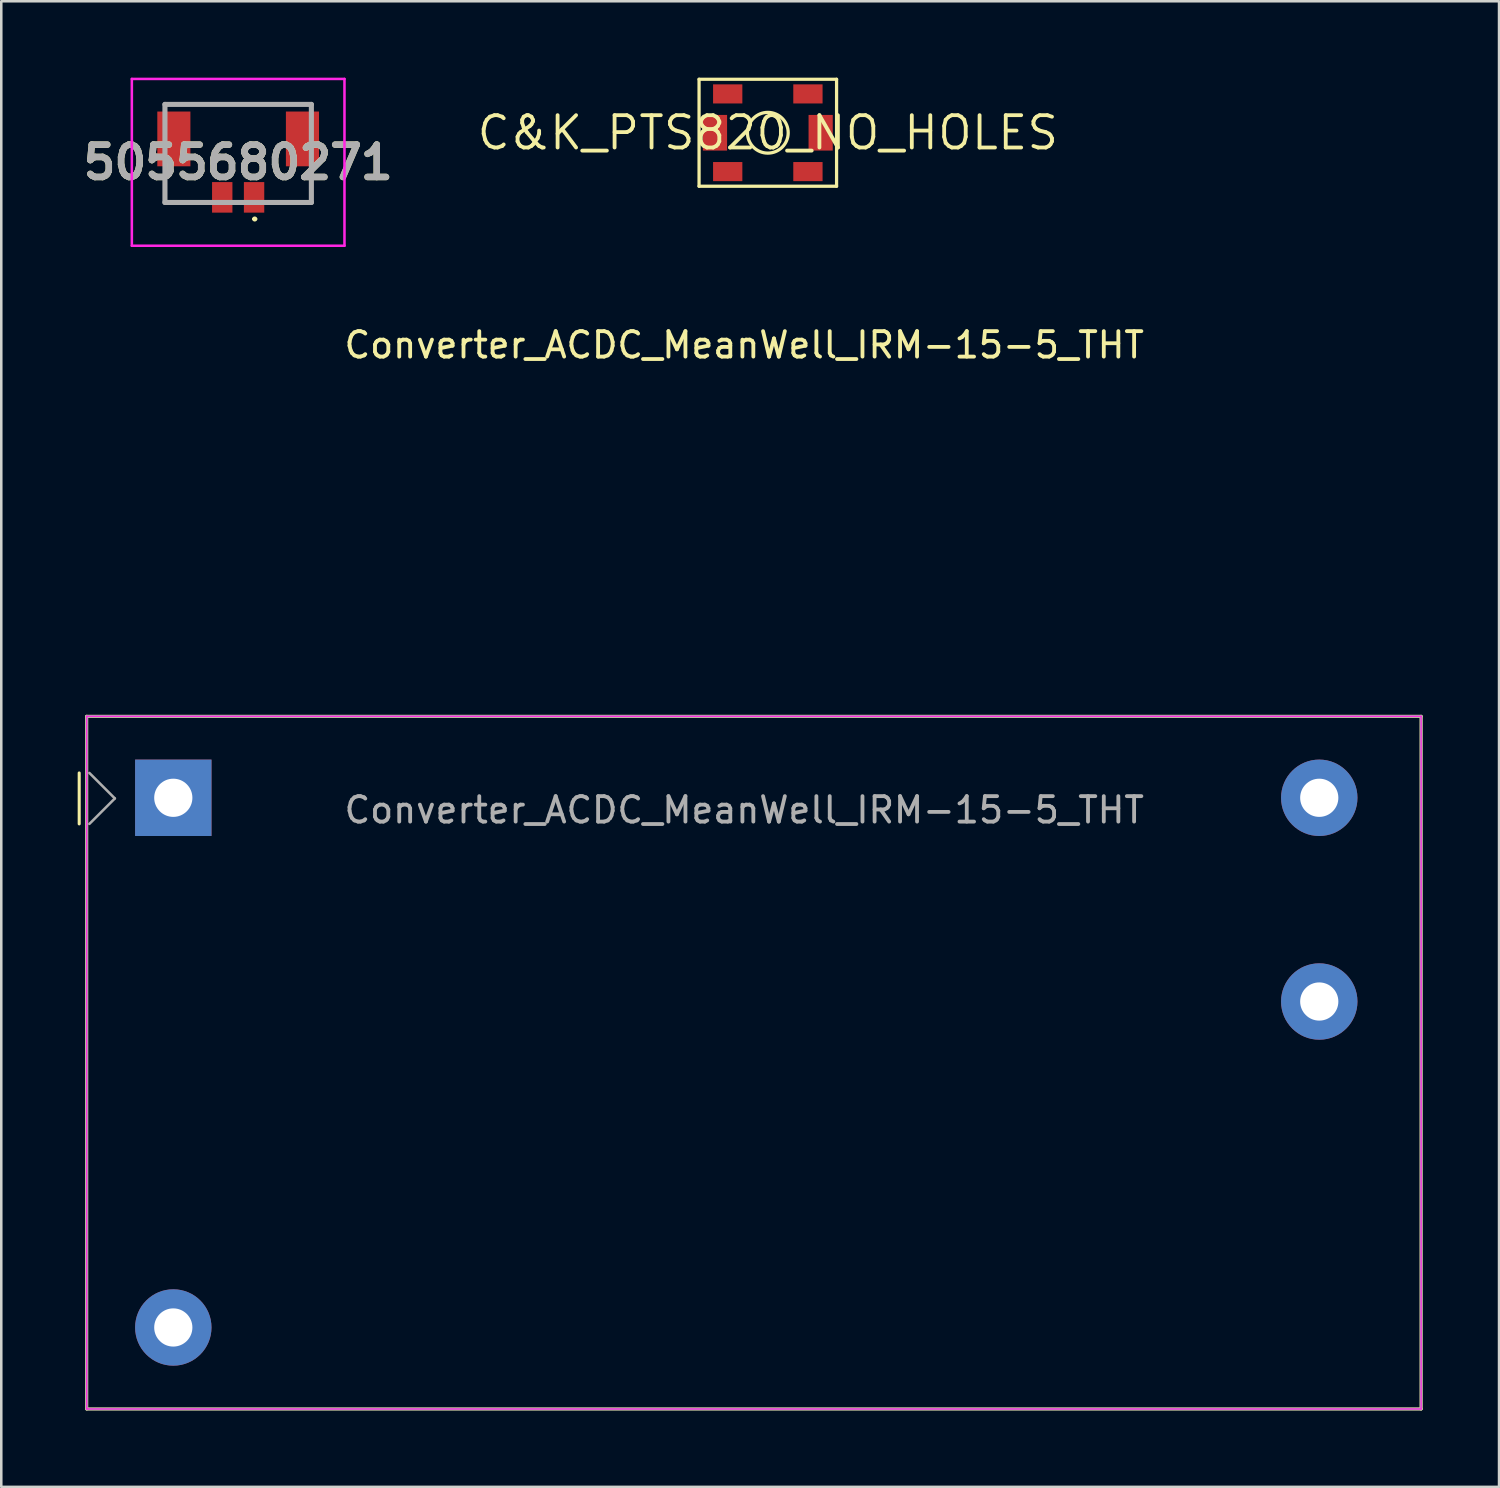
<source format=kicad_pcb>
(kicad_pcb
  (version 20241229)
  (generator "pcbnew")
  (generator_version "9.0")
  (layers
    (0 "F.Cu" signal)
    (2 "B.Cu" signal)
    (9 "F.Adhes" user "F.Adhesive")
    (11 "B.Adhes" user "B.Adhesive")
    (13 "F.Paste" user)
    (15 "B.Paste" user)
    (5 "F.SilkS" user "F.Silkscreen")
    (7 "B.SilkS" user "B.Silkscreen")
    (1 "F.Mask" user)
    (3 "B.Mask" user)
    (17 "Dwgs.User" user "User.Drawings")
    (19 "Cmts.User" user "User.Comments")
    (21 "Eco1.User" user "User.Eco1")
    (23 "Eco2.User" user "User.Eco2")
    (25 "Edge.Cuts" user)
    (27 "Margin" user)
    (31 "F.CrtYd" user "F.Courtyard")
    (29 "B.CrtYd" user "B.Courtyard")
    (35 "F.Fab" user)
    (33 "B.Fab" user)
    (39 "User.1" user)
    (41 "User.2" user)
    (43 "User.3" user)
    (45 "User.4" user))
  (footprint "Converter_ACDC_MeanWell_IRM-15-5_THT"
    (layer "F.Cu")
    (at 3.755 28.278)
    (property "Reference" "Converter_ACDC_MeanWell_IRM-15-5_THT" (at 22.42 -17.78 0) (layer "F.SilkS") (effects (font (size 1 1) (thickness 0.15))))
    (attr through_hole)
    (fp_line (start -3.695 -0.975) (end -3.695 1.025) (stroke (width 0.12) (type solid)) (layer "F.SilkS"))
    (fp_line (start -3.4 -3.2) (end -3.4 24) (stroke (width 0.12) (type solid)) (layer "F.SilkS"))
    (fp_line (start -3.4 -3.2) (end 49 -3.2) (stroke (width 0.12) (type solid)) (layer "F.SilkS"))
    (fp_line (start -3.4 24) (end 49 24) (stroke (width 0.12) (type solid)) (layer "F.SilkS"))
    (fp_line (start 49 -3.2) (end 49 24) (stroke (width 0.12) (type solid)) (layer "F.SilkS"))
    (fp_line (start -3.4 -3.2) (end -3.4 24) (stroke (width 0.05) (type solid)) (layer "F.CrtYd"))
    (fp_line (start -3.4 -3.2) (end 49 -3.2) (stroke (width 0.05) (type solid)) (layer "F.CrtYd"))
    (fp_line (start -3.4 24) (end 49 24) (stroke (width 0.05) (type solid)) (layer "F.CrtYd"))
    (fp_line (start 49 -3.2) (end 49 24) (stroke (width 0.05) (type solid)) (layer "F.CrtYd"))
    (fp_line (start -3.4 -3.2) (end -3.4 24) (stroke (width 0.1) (type solid)) (layer "F.Fab"))
    (fp_line (start -3.4 24) (end 49 24) (stroke (width 0.1) (type solid)) (layer "F.Fab"))
    (fp_line (start -3.295 -0.975) (end -2.295 0.025) (stroke (width 0.1) (type solid)) (layer "F.Fab"))
    (fp_line (start -3.295 1.025) (end -2.295 0.025) (stroke (width 0.1) (type solid)) (layer "F.Fab"))
    (fp_line (start 49 -3.2) (end -3.4 -3.2) (stroke (width 0.1) (type solid)) (layer "F.Fab"))
    (fp_line (start 49 -3.2) (end 49 24) (stroke (width 0.1) (type solid)) (layer "F.Fab"))
    (fp_text user "${REFERENCE}" (at 22.42 0.48 0) (layer "F.Fab") (effects (font (size 1 1) (thickness 0.15))))
    (pad "1" thru_hole rect (at 0 0) (size 3 3) (drill 1.5) (layers "*.Cu" "*.Mask"))
    (pad "2" thru_hole circle (at 0 20.8) (size 3 3) (drill 1.5) (layers "*.Cu" "*.Mask"))
    (pad "3" thru_hole circle (at 45 8) (size 3 3) (drill 1.5) (layers "*.Cu" "*.Mask"))
    (pad "4" thru_hole circle (at 45 0) (size 3 3) (drill 1.5) (layers "*.Cu" "*.Mask")))
  (footprint "5055680271"
    (layer "F.Cu")
    (at 6.302 3.325)
    (property "Reference" "5055680271" (at 0 0 0) (layer "F.SilkS") (effects (font (size 1.27 1.27) (thickness 0.254))))
    (attr smd)
    (fp_line (start -2.875 0.725) (end -2.875 1.575) (stroke (width 0.1) (type solid)) (layer "F.SilkS"))
    (fp_line (start -2.875 1.575) (end -1.5 1.575) (stroke (width 0.1) (type solid)) (layer "F.SilkS"))
    (fp_line (start 0.6 2.225) (end 0.6 2.225) (stroke (width 0.1) (type solid)) (layer "F.SilkS"))
    (fp_line (start 0.7 2.225) (end 0.7 2.225) (stroke (width 0.1) (type solid)) (layer "F.SilkS"))
    (fp_line (start 2.875 -2.275) (end -2.875 -2.275) (stroke (width 0.1) (type solid)) (layer "F.SilkS"))
    (fp_line (start 2.875 0.725) (end 2.875 1.575) (stroke (width 0.1) (type solid)) (layer "F.SilkS"))
    (fp_line (start 2.875 1.575) (end 1.5 1.575) (stroke (width 0.1) (type solid)) (layer "F.SilkS"))
    (fp_arc (start 0.6 2.225) (mid 0.65 2.175) (end 0.7 2.225) (stroke (width 0.1) (type solid)) (layer "F.SilkS"))
    (fp_arc (start 0.7 2.225) (mid 0.65 2.275) (end 0.6 2.225) (stroke (width 0.1) (type solid)) (layer "F.SilkS"))
    (fp_line (start -4.175 -3.275) (end -4.175 3.275) (stroke (width 0.1) (type solid)) (layer "F.CrtYd"))
    (fp_line (start -4.175 3.275) (end 4.175 3.275) (stroke (width 0.1) (type solid)) (layer "F.CrtYd"))
    (fp_line (start 4.175 -3.275) (end -4.175 -3.275) (stroke (width 0.1) (type solid)) (layer "F.CrtYd"))
    (fp_line (start 4.175 3.275) (end 4.175 -3.275) (stroke (width 0.1) (type solid)) (layer "F.CrtYd"))
    (fp_line (start -2.875 -2.275) (end -2.875 1.575) (stroke (width 0.2) (type solid)) (layer "F.Fab"))
    (fp_line (start -2.875 1.575) (end 2.875 1.575) (stroke (width 0.2) (type solid)) (layer "F.Fab"))
    (fp_line (start 2.875 -2.275) (end -2.875 -2.275) (stroke (width 0.2) (type solid)) (layer "F.Fab"))
    (fp_line (start 2.875 1.575) (end 2.875 -2.275) (stroke (width 0.2) (type solid)) (layer "F.Fab"))
    (fp_text user "${REFERENCE}" (at 0 0 0) (layer "F.Fab") (effects (font (size 1.27 1.27) (thickness 0.254))))
    (pad "1" smd rect (at 0.625 1.375) (size 0.8 1.2) (layers "F.Cu" "F.Mask" "F.Paste"))
    (pad "2" smd rect (at -0.625 1.375) (size 0.8 1.2) (layers "F.Cu" "F.Mask" "F.Paste"))
    (pad "3" smd rect (at 2.525 -0.92) (size 1.3 2.15) (layers "F.Cu" "F.Mask" "F.Paste"))
    (pad "4" smd rect (at -2.525 -0.92) (size 1.3 2.15) (layers "F.Cu" "F.Mask" "F.Paste")))
  (footprint "C&K_PTS820_NO_HOLES"
    (layer "F.Cu")
    (at 27.101 2.163)
    (property "Reference" "C&K_PTS820_NO_HOLES" (at 0 0 0) (layer "F.SilkS") (effects (font (size 1.27 1.27) (thickness 0.15))))
    (attr through_hole)
    (fp_line (start -2.7 -2.1) (end -2.7 2.1) (stroke (width 0.127) (type solid)) (layer "F.SilkS"))
    (fp_line (start -2.7 2.1) (end 2.7 2.1) (stroke (width 0.127) (type solid)) (layer "F.SilkS"))
    (fp_line (start 2.7 -2.1) (end -2.7 -2.1) (stroke (width 0.127) (type solid)) (layer "F.SilkS"))
    (fp_line (start 2.7 2.1) (end 2.7 -2.1) (stroke (width 0.127) (type solid)) (layer "F.SilkS"))
    (fp_circle (center 0 0) (end 0.8 0) (stroke (width 0.127) (type solid)) (fill no) (layer "F.SilkS"))
    (pad "1" smd rect (at -2.075 0 90) (size 1.4 0.95) (layers "F.Cu" "F.Mask" "F.Paste"))
    (pad "2" smd rect (at 2.075 0 90) (size 1.4 0.95) (layers "F.Cu" "F.Mask" "F.Paste"))
    (pad "3" smd rect (at -1.575 -1.525 180) (size 1.15 0.75) (layers "F.Cu" "F.Mask" "F.Paste"))
    (pad "4" smd rect (at 1.575 -1.525 180) (size 1.15 0.75) (layers "F.Cu" "F.Mask" "F.Paste"))
    (pad "5" smd rect (at -1.575 1.525 180) (size 1.15 0.75) (layers "F.Cu" "F.Mask" "F.Paste"))
    (pad "6" smd rect (at 1.575 1.525 180) (size 1.15 0.75) (layers "F.Cu" "F.Mask" "F.Paste")))
  (gr_rect
    (start -3 -3)
    (end 55.815 55.338)
    (stroke (width 0.1) (type default))
    (fill no)
    (layer "Edge.Cuts")))
</source>
